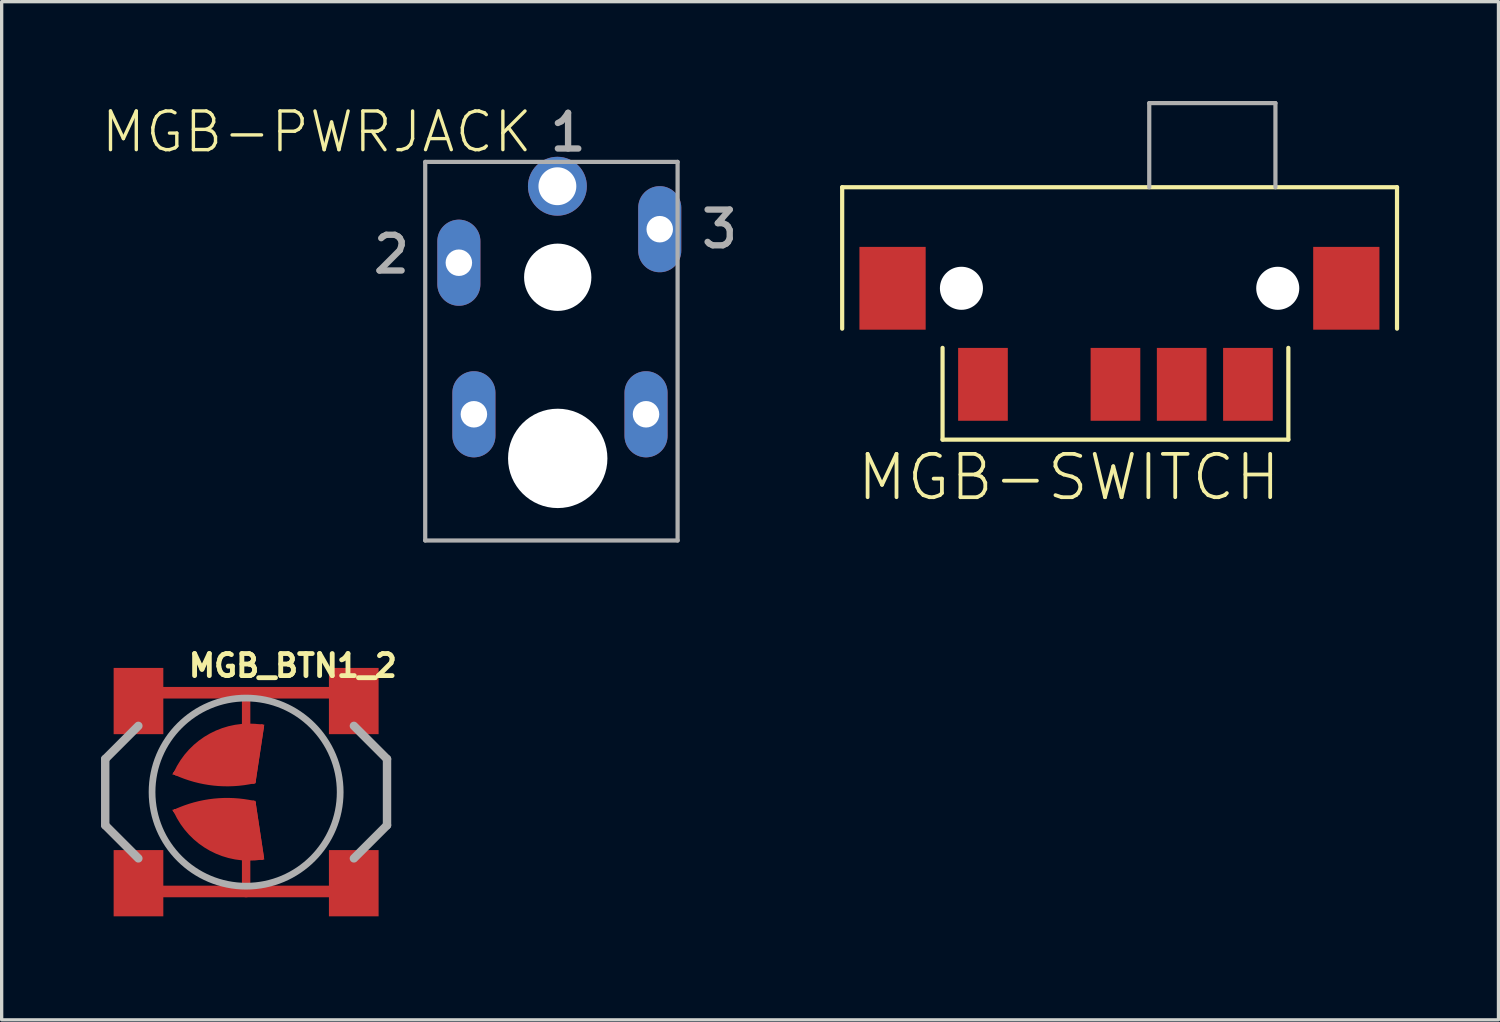
<source format=kicad_pcb>
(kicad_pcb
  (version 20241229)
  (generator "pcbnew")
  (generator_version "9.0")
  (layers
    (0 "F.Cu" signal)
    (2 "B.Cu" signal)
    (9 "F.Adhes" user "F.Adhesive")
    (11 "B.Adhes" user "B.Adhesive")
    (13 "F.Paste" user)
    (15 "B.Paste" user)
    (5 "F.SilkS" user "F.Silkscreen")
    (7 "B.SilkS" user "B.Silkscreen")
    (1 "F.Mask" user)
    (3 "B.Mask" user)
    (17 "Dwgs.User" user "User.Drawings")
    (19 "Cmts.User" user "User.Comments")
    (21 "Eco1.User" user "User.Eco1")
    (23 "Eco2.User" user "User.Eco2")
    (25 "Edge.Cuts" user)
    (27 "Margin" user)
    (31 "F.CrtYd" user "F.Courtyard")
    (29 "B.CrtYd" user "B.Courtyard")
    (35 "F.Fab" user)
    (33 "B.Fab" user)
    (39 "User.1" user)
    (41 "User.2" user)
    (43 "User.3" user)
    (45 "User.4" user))
  (footprint "MGB-PWRJACK"
    (layer "F.Cu")
    (at 17.408 0.568)
    (property "Reference" "MGB-PWRJACK" (at -4.318 -0.318 0) (unlocked yes) (layer "F.SilkS") (effects (font (size 1.168 1.168) (thickness 0.102)) (justify right top)))
    (fp_line (start -7.62 1.27) (end -7.62 12.7) (stroke (width 0.127) (type solid)) (layer "F.Fab"))
    (fp_line (start -7.62 12.7) (end 0 12.7) (stroke (width 0.127) (type solid)) (layer "F.Fab"))
    (fp_line (start 0 1.27) (end -7.62 1.27) (stroke (width 0.127) (type solid)) (layer "F.Fab"))
    (fp_line (start 0 1.27) (end 0 12.7) (stroke (width 0.127) (type solid)) (layer "F.Fab"))
    (fp_text user "2" (at -8.001 3.429 0) (layer "F.Fab") (effects (font (size 1.079 1.079) (thickness 0.191)) (justify right top)))
    (fp_text user "1" (at -2.667 -0.254 0) (layer "F.Fab") (effects (font (size 1.079 1.079) (thickness 0.191)) (justify right top)))
    (fp_text user "3" (at 1.905 2.667 0) (layer "F.Fab") (effects (font (size 1.079 1.079) (thickness 0.191)) (justify right top)))
    (pad "" np_thru_hole circle (at -3.619 4.753) (size 2.032 2.032) (drill 2.032) (layers "*.Cu" "*.Mask"))
    (pad "" np_thru_hole circle (at -3.619 10.222) (size 3 3) (drill 3) (layers "*.Cu" "*.Mask"))
    (pad "1" thru_hole circle (at -3.629 2.005 90) (size 1.778 1.778) (drill 1.143) (layers "*.Cu" "*.Mask"))
    (pad "2" thru_hole oval (at -6.604 4.314 90) (size 2.6 1.3) (drill 0.8) (layers "*.Cu" "*.Mask"))
    (pad "3" thru_hole oval (at -0.539 3.302 90) (size 2.6 1.3) (drill 0.8) (layers "*.Cu" "*.Mask"))
    (pad "4" thru_hole oval (at -6.15 8.89 270) (size 2.6 1.3) (drill 0.8) (layers "*.Cu" "*.Mask"))
    (pad "5" thru_hole oval (at -0.953 8.89 90) (size 2.6 1.3) (drill 0.8) (layers "*.Cu" "*.Mask")))
  (footprint "MGB_BTN1_2"
    (layer "F.Cu")
    (at 4.381 20.866)
    (property "Reference" "MGB_BTN1_2" (at -1.81 -3.429 0) (unlocked yes) (layer "F.SilkS") (effects (font (size 0.666 0.666) (thickness 0.146)) (justify left bottom)))
    (fp_line (start -3 -3) (end 0 -3) (stroke (width 0.35) (type solid)) (layer "F.Cu"))
    (fp_line (start -3 3) (end 0 3) (stroke (width 0.35) (type solid)) (layer "F.Cu"))
    (fp_line (start -2.125 -0.575) (end 0.475 -1.975) (stroke (width 0.127) (type solid)) (layer "F.Cu"))
    (fp_line (start -2.125 0.575) (end 0.475 1.975) (stroke (width 0.127) (type solid)) (layer "F.Cu"))
    (fp_line (start 0 -3) (end 0 -1.975) (stroke (width 0.254) (type solid)) (layer "F.Cu"))
    (fp_line (start 0 -3) (end 3 -3) (stroke (width 0.35) (type solid)) (layer "F.Cu"))
    (fp_line (start 0 1.975) (end 0 3) (stroke (width 0.254) (type solid)) (layer "F.Cu"))
    (fp_line (start 0 3) (end 3 3) (stroke (width 0.35) (type solid)) (layer "F.Cu"))
    (fp_line (start 0.225 -0.325) (end -2.125 -0.575) (stroke (width 0.127) (type solid)) (layer "F.Cu"))
    (fp_line (start 0.225 0.325) (end -2.125 0.575) (stroke (width 0.127) (type solid)) (layer "F.Cu"))
    (fp_line (start 0.475 -1.975) (end 0.225 -0.325) (stroke (width 0.127) (type solid)) (layer "F.Cu"))
    (fp_line (start 0.475 1.975) (end 0.225 0.325) (stroke (width 0.127) (type solid)) (layer "F.Cu"))
    (fp_arc (start -2.125 -0.575) (mid -1.061796 -1.714763) (end 0.474999 -1.975) (stroke (width 0.127) (type solid)) (layer "F.Cu"))
    (fp_arc (start -2.125 0.575) (mid -0.970285 0.259324) (end 0.224999 0.325) (stroke (width 0.127) (type solid)) (layer "F.Cu"))
    (fp_arc (start 0.224999 -0.325) (mid -0.970285 -0.259324) (end -2.125 -0.575) (stroke (width 0.127) (type solid)) (layer "F.Cu"))
    (fp_arc (start 0.474999 1.975) (mid -1.061796 1.714763) (end -2.125 0.575) (stroke (width 0.127) (type solid)) (layer "F.Cu"))
    (fp_poly (pts (xy -4 3.75) (xy -2.5 3.75) (xy -2.5 1.75) (xy -4 1.75)) (stroke (width 0) (type default)) (fill yes) (layer "F.Cu"))
    (fp_poly (pts (xy 0.28 -0.262) (xy -1.133 -0.262) (xy -2.234 -0.537) (xy -1.669 -1.272) (xy -0.903 -1.783) (xy -0.135 -2.038) (xy 0.549 -2.038)) (stroke (width 0) (type default)) (fill yes) (layer "F.Cu"))
    (fp_poly (pts (xy 0.549 2.038) (xy -0.135 2.038) (xy -0.903 1.783) (xy -1.669 1.272) (xy -2.234 0.537) (xy -1.133 0.262) (xy 0.28 0.262)) (stroke (width 0) (type default)) (fill yes) (layer "F.Cu"))
    (fp_line (start -2.125 -0.575) (end 0.475 -1.975) (stroke (width 0.127) (type solid)) (layer "F.Mask"))
    (fp_line (start -2.125 0.575) (end 0.475 1.975) (stroke (width 0.127) (type solid)) (layer "F.Mask"))
    (fp_line (start 0.225 -0.325) (end -2.125 -0.575) (stroke (width 0.127) (type solid)) (layer "F.Mask"))
    (fp_line (start 0.225 0.325) (end -2.125 0.575) (stroke (width 0.127) (type solid)) (layer "F.Mask"))
    (fp_line (start 0.475 -1.975) (end 0.225 -0.325) (stroke (width 0.127) (type solid)) (layer "F.Mask"))
    (fp_line (start 0.475 1.975) (end 0.225 0.325) (stroke (width 0.127) (type solid)) (layer "F.Mask"))
    (fp_line (start 0.506 -1.994) (end 0.24 -0.305) (stroke (width 0.127) (type solid)) (layer "F.Mask"))
    (fp_line (start 0.506 1.994) (end 0.24 0.305) (stroke (width 0.127) (type solid)) (layer "F.Mask"))
    (fp_arc (start -2.1504 -0.575) (mid -1.066092 -1.736055) (end 0.500399 -2.000399) (stroke (width 0.127) (type solid)) (layer "F.Mask"))
    (fp_arc (start -2.1504 0.5623) (mid -0.977666 0.237182) (end 0.237699 0.2996) (stroke (width 0.127) (type solid)) (layer "F.Mask"))
    (fp_arc (start -2.125 -0.575) (mid -1.061796 -1.714763) (end 0.474999 -1.975) (stroke (width 0.127) (type solid)) (layer "F.Mask"))
    (fp_arc (start -2.125 0.575) (mid -0.970285 0.259324) (end 0.224999 0.325) (stroke (width 0.127) (type solid)) (layer "F.Mask"))
    (fp_arc (start 0.224999 -0.325) (mid -0.970285 -0.259324) (end -2.125 -0.575) (stroke (width 0.127) (type solid)) (layer "F.Mask"))
    (fp_arc (start 0.237699 -0.2996) (mid -0.977666 -0.237183) (end -2.1504 -0.5623) (stroke (width 0.127) (type solid)) (layer "F.Mask"))
    (fp_arc (start 0.474999 1.975) (mid -1.061796 1.714763) (end -2.125 0.575) (stroke (width 0.127) (type solid)) (layer "F.Mask"))
    (fp_arc (start 0.500399 2.000399) (mid -1.066092 1.736055) (end -2.1504 0.575) (stroke (width 0.127) (type solid)) (layer "F.Mask"))
    (fp_poly (pts (xy -4.125 3.875) (xy -2.375 3.875) (xy -2.375 1.625) (xy -4.125 1.625)) (stroke (width 0) (type default)) (fill yes) (layer "F.Mask"))
    (fp_poly (pts (xy 0.28 -0.262) (xy -1.133 -0.262) (xy -2.234 -0.537) (xy -1.669 -1.272) (xy -0.903 -1.783) (xy -0.135 -2.038) (xy 0.549 -2.038)) (stroke (width 0) (type default)) (fill yes) (layer "F.Mask"))
    (fp_poly (pts (xy 0.549 2.038) (xy -0.135 2.038) (xy -0.903 1.783) (xy -1.669 1.272) (xy -2.234 0.537) (xy -1.133 0.262) (xy 0.28 0.262)) (stroke (width 0) (type default)) (fill yes) (layer "F.Mask"))
    (fp_line (start -4.254 -1) (end -4.254 1) (stroke (width 0.254) (type solid)) (layer "F.Fab"))
    (fp_line (start -4.254 1) (end -3.254 2) (stroke (width 0.254) (type solid)) (layer "F.Fab"))
    (fp_line (start -3.254 -2) (end -4.254 -1) (stroke (width 0.254) (type solid)) (layer "F.Fab"))
    (fp_line (start 3.254 -2) (end 4.254 -1) (stroke (width 0.254) (type solid)) (layer "F.Fab"))
    (fp_line (start 4.254 -1) (end 4.254 1) (stroke (width 0.254) (type solid)) (layer "F.Fab"))
    (fp_line (start 4.254 1) (end 3.254 2) (stroke (width 0.254) (type solid)) (layer "F.Fab"))
    (fp_circle (center 0 0) (end 2.84 0) (stroke (width 0.203) (type solid)) (fill no) (layer "F.Fab"))
    (pad "P$1" smd rect (at -3.25 -2.75) (size 1.5 2) (layers "F.Cu" "F.Mask" "F.Paste"))
    (pad "P$2" smd rect (at 0 3) (size 0.25 0.25) (layers "F.Cu" "F.Paste"))
    (pad "P$3" smd rect (at 3.25 -2.75) (size 1.5 2) (layers "F.Cu" "F.Mask" "F.Paste"))
    (pad "P$4" smd rect (at 3.25 2.75) (size 1.5 2) (layers "F.Cu" "F.Mask" "F.Paste"))
    (zone (net_name "") (layer "F.Cu") (hatch edge 0.5) (connect_pads) (min_thickness 0.25) (filled_areas_thickness no) (keepout (tracks not_allowed) (vias not_allowed) (pads not_allowed) (copperpour not_allowed) (footprints allowed)) (placement (enabled no)) (fill) (polygon (pts (xy 0.381 19.366) (xy 0.381 20.866) (xy 2.381 20.866) (xy 2.381 19.366))))
    (zone (net_name "") (layer "F.Cu") (hatch edge 0.5) (connect_pads) (min_thickness 0.25) (filled_areas_thickness no) (keepout (tracks not_allowed) (vias not_allowed) (pads not_allowed) (copperpour not_allowed) (footprints allowed)) (placement (enabled no)) (fill) (polygon (pts (xy 0.381 20.866) (xy 0.381 22.366) (xy 2.381 22.366) (xy 2.381 20.866))))
    (zone (net_name "") (layer "F.Cu") (hatch edge 0.5) (connect_pads) (min_thickness 0.25) (filled_areas_thickness no) (keepout (tracks not_allowed) (vias not_allowed) (pads not_allowed) (copperpour not_allowed) (footprints allowed)) (placement (enabled no)) (fill) (polygon (pts (xy 0.881 17.766) (xy 7.881 17.766) (xy 7.881 23.966) (xy 0.881 23.966))))
    (zone (net_name "") (layer "F.Cu") (hatch edge 0.5) (connect_pads) (min_thickness 0.25) (filled_areas_thickness no) (keepout (tracks not_allowed) (vias not_allowed) (pads not_allowed) (copperpour not_allowed) (footprints allowed)) (placement (enabled no)) (fill) (polygon (pts (xy 6.381 19.366) (xy 6.381 20.866) (xy 8.381 20.866) (xy 8.381 19.366))))
    (zone (net_name "") (layer "F.Cu") (hatch edge 0.5) (connect_pads) (min_thickness 0.25) (filled_areas_thickness no) (keepout (tracks not_allowed) (vias not_allowed) (pads not_allowed) (copperpour not_allowed) (footprints allowed)) (placement (enabled no)) (fill) (polygon (pts (xy 6.381 20.866) (xy 6.381 22.366) (xy 8.381 22.366) (xy 8.381 20.866)))))
  (footprint "MGB-SWITCH"
    (layer "F.Cu")
    (at 30.378 6.413)
    (property "Reference" "MGB-SWITCH" (at -7.62 5.715 0) (unlocked yes) (layer "F.SilkS") (effects (font (size 1.309 1.309) (thickness 0.114)) (justify left bottom)))
    (fp_line (start -8.001 -3.81) (end -8.001 0.46) (stroke (width 0.127) (type solid)) (layer "F.SilkS"))
    (fp_line (start -4.97 1.04) (end -4.97 3.81) (stroke (width 0.127) (type solid)) (layer "F.SilkS"))
    (fp_line (start -4.97 3.81) (end 5.47 3.81) (stroke (width 0.127) (type solid)) (layer "F.SilkS"))
    (fp_line (start 5.47 3.81) (end 5.47 1.04) (stroke (width 0.127) (type solid)) (layer "F.SilkS"))
    (fp_line (start 8.751 -3.81) (end -8.001 -3.81) (stroke (width 0.127) (type solid)) (layer "F.SilkS"))
    (fp_line (start 8.751 0.46) (end 8.751 -3.81) (stroke (width 0.127) (type solid)) (layer "F.SilkS"))
    (fp_line (start 1.27 -6.35) (end 1.27 -3.81) (stroke (width 0.127) (type solid)) (layer "F.Fab"))
    (fp_line (start 5.08 -6.35) (end 1.27 -6.35) (stroke (width 0.127) (type solid)) (layer "F.Fab"))
    (fp_line (start 5.08 -3.81) (end 5.08 -6.35) (stroke (width 0.127) (type solid)) (layer "F.Fab"))
    (pad "" np_thru_hole circle (at -4.4 -0.759) (size 1.3 1.3) (drill 1.3) (layers "*.Cu" "*.Mask"))
    (pad "" np_thru_hole circle (at 5.15 -0.759) (size 1.3 1.3) (drill 1.3) (layers "*.Cu" "*.Mask"))
    (pad "P$1" smd rect (at -3.75 2.141) (size 1.5 2.2) (layers "F.Cu" "F.Mask" "F.Paste"))
    (pad "P$2" smd rect (at 2.25 2.141) (size 1.5 2.2) (layers "F.Cu" "F.Mask" "F.Paste"))
    (pad "P$3" smd rect (at 4.25 2.141) (size 1.5 2.2) (layers "F.Cu" "F.Mask" "F.Paste"))
    (pad "P$C" smd rect (at 0.25 2.141) (size 1.5 2.2) (layers "F.Cu" "F.Mask" "F.Paste"))
    (pad "P$MP1" smd rect (at -6.48 -0.759) (size 2 2.5) (layers "F.Cu" "F.Mask" "F.Paste"))
    (pad "P$MP2" smd rect (at 7.22 -0.759) (size 2 2.5) (layers "F.Cu" "F.Mask" "F.Paste")))
  (gr_rect
    (start -3 -3)
    (end 42.192 27.741)
    (stroke (width 0.1) (type default))
    (fill no)
    (layer "Edge.Cuts")))
</source>
